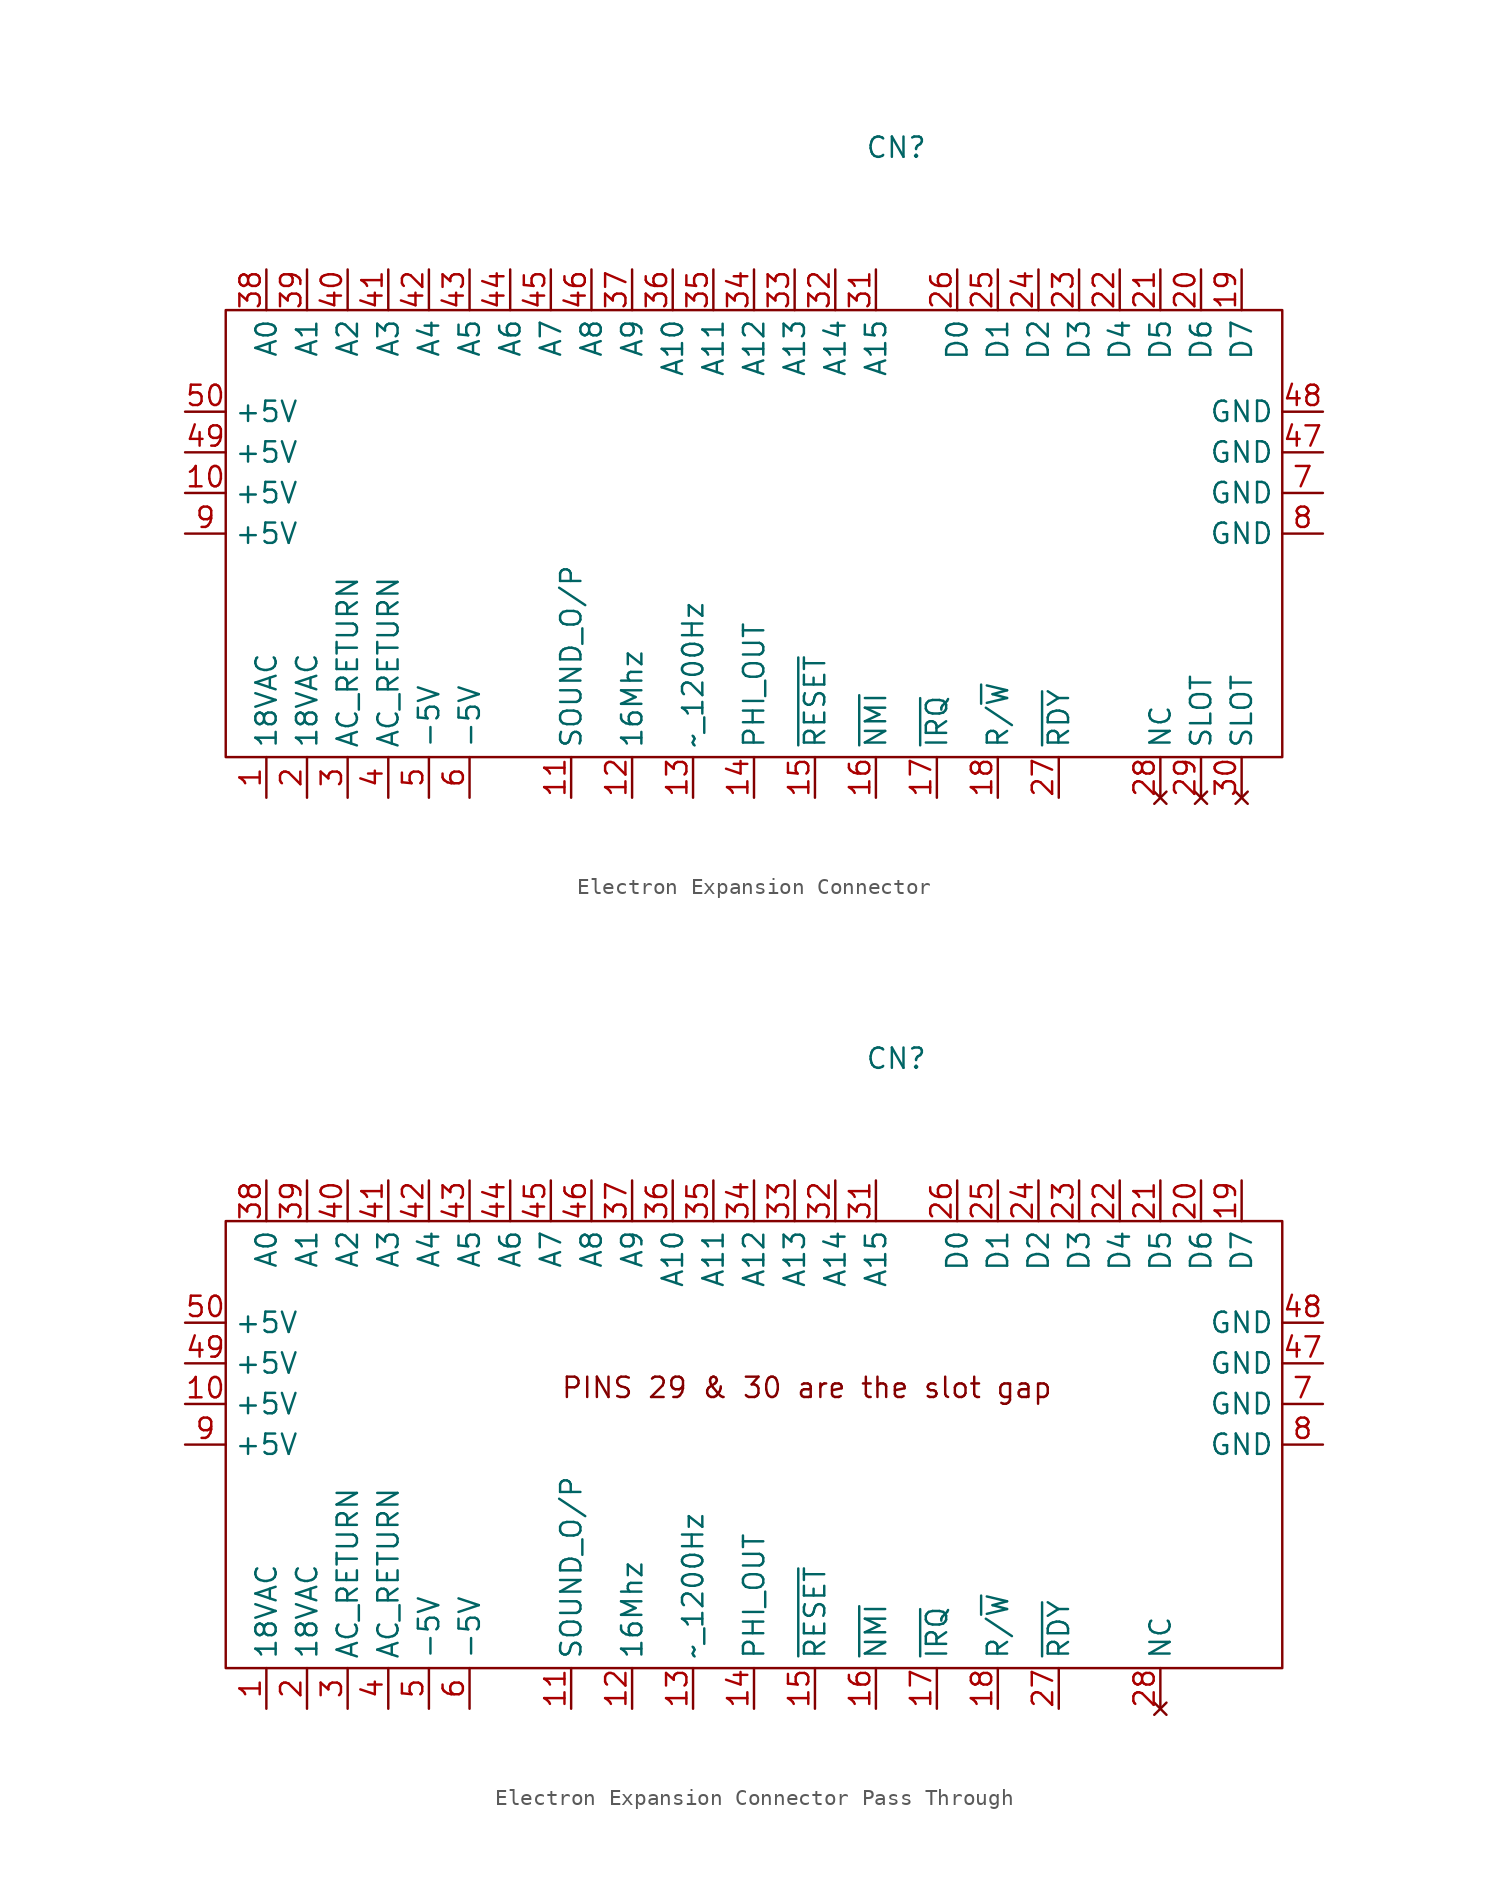
<source format=kicad_sym>
(kicad_symbol_lib
  (version 20241209)
  (generator "kicad_symbol_editor")
  (generator_version "9.0")
  (symbol "Electron Expansion Connector"
    (property "Reference" "CN"
      (at 0 0 0)
      (effects (font (size 1.27 1.27))))
    (property "Value" ""
      (at 0 0 0)
      (effects (font (size 1.27 1.27))))
    (symbol "Electron Expansion Connector_0_1"
      (rectangle (start -41.91 -10.16) (end 24.13 -38.1) (stroke (width 0) (type default)) (fill (type none))))
    (symbol "Electron Expansion Connector_1_1"
      (pin power_out line (at -44.45 -16.51 0) (length 2.54) (name "+5V" (effects (font (size 1.27 1.27)))) (number "50" (effects (font (size 1.27 1.27)))))
      (pin power_in line (at -44.45 -19.05 0) (length 2.54) (name "+5V" (effects (font (size 1.27 1.27)))) (number "49" (effects (font (size 1.27 1.27)))))
      (pin power_in line (at -44.45 -21.59 0) (length 2.54) (name "+5V" (effects (font (size 1.27 1.27)))) (number "10" (effects (font (size 1.27 1.27)))))
      (pin power_in line (at -44.45 -24.13 0) (length 2.54) (name "+5V" (effects (font (size 1.27 1.27)))) (number "9" (effects (font (size 1.27 1.27)))))
      (pin output line (at -39.37 -7.62 270) (length 2.54) (name "A0" (effects (font (size 1.27 1.27)))) (number "38" (effects (font (size 1.27 1.27)))))
      (pin power_in line (at -39.37 -40.64 90) (length 2.54) (name "18VAC" (effects (font (size 1.27 1.27)))) (number "1" (effects (font (size 1.27 1.27)))))
      (pin output line (at -36.83 -7.62 270) (length 2.54) (name "A1" (effects (font (size 1.27 1.27)))) (number "39" (effects (font (size 1.27 1.27)))))
      (pin power_out line (at -36.83 -40.64 90) (length 2.54) (name "18VAC" (effects (font (size 1.27 1.27)))) (number "2" (effects (font (size 1.27 1.27)))))
      (pin output line (at -34.29 -7.62 270) (length 2.54) (name "A2" (effects (font (size 1.27 1.27)))) (number "40" (effects (font (size 1.27 1.27)))))
      (pin power_in line (at -34.29 -40.64 90) (length 2.54) (name "AC_RETURN" (effects (font (size 1.27 1.27)))) (number "3" (effects (font (size 1.27 1.27)))))
      (pin output line (at -31.75 -7.62 270) (length 2.54) (name "A3" (effects (font (size 1.27 1.27)))) (number "41" (effects (font (size 1.27 1.27)))))
      (pin power_out line (at -31.75 -40.64 90) (length 2.54) (name "AC_RETURN" (effects (font (size 1.27 1.27)))) (number "4" (effects (font (size 1.27 1.27)))))
      (pin output line (at -29.21 -7.62 270) (length 2.54) (name "A4" (effects (font (size 1.27 1.27)))) (number "42" (effects (font (size 1.27 1.27)))))
      (pin power_in line (at -29.21 -40.64 90) (length 2.54) (name "-5V" (effects (font (size 1.27 1.27)))) (number "5" (effects (font (size 1.27 1.27)))))
      (pin output line (at -26.67 -7.62 270) (length 2.54) (name "A5" (effects (font (size 1.27 1.27)))) (number "43" (effects (font (size 1.27 1.27)))))
      (pin power_out line (at -26.67 -40.64 90) (length 2.54) (name "-5V" (effects (font (size 1.27 1.27)))) (number "6" (effects (font (size 1.27 1.27)))))
      (pin output line (at -24.13 -7.62 270) (length 2.54) (name "A6" (effects (font (size 1.27 1.27)))) (number "44" (effects (font (size 1.27 1.27)))))
      (pin output line (at -21.59 -7.62 270) (length 2.54) (name "A7" (effects (font (size 1.27 1.27)))) (number "45" (effects (font (size 1.27 1.27)))))
      (pin output line (at -20.32 -40.64 90) (length 2.54) (name "SOUND_O/P" (effects (font (size 1.27 1.27)))) (number "11" (effects (font (size 1.27 1.27)))))
      (pin output line (at -19.05 -7.62 270) (length 2.54) (name "A8" (effects (font (size 1.27 1.27)))) (number "46" (effects (font (size 1.27 1.27)))))
      (pin output line (at -16.51 -7.62 270) (length 2.54) (name "A9" (effects (font (size 1.27 1.27)))) (number "37" (effects (font (size 1.27 1.27)))))
      (pin output line (at -16.51 -40.64 90) (length 2.54) (name "16Mhz" (effects (font (size 1.27 1.27)))) (number "12" (effects (font (size 1.27 1.27)))))
      (pin output line (at -13.97 -7.62 270) (length 2.54) (name "A10" (effects (font (size 1.27 1.27)))) (number "36" (effects (font (size 1.27 1.27)))))
      (pin output line (at -12.7 -40.64 90) (length 2.54) (name "~_1200Hz" (effects (font (size 1.27 1.27)))) (number "13" (effects (font (size 1.27 1.27)))))
      (pin output line (at -11.43 -7.62 270) (length 2.54) (name "A11" (effects (font (size 1.27 1.27)))) (number "35" (effects (font (size 1.27 1.27)))))
      (pin output line (at -8.89 -7.62 270) (length 2.54) (name "A12" (effects (font (size 1.27 1.27)))) (number "34" (effects (font (size 1.27 1.27)))))
      (pin output line (at -8.89 -40.64 90) (length 2.54) (name "PHI_OUT" (effects (font (size 1.27 1.27)))) (number "14" (effects (font (size 1.27 1.27)))))
      (pin output line (at -6.35 -7.62 270) (length 2.54) (name "A13" (effects (font (size 1.27 1.27)))) (number "33" (effects (font (size 1.27 1.27)))))
      (pin output line (at -5.08 -40.64 90) (length 2.54) (name "~{RESET}" (effects (font (size 1.27 1.27)))) (number "15" (effects (font (size 1.27 1.27)))))
      (pin output line (at -3.81 -7.62 270) (length 2.54) (name "A14" (effects (font (size 1.27 1.27)))) (number "32" (effects (font (size 1.27 1.27)))))
      (pin output line (at -1.27 -7.62 270) (length 2.54) (name "A15" (effects (font (size 1.27 1.27)))) (number "31" (effects (font (size 1.27 1.27)))))
      (pin input line (at -1.27 -40.64 90) (length 2.54) (name "~{NMI}" (effects (font (size 1.27 1.27)))) (number "16" (effects (font (size 1.27 1.27)))))
      (pin input line (at 2.54 -40.64 90) (length 2.54) (name "~{IRQ}" (effects (font (size 1.27 1.27)))) (number "17" (effects (font (size 1.27 1.27)))))
      (pin bidirectional line (at 3.81 -7.62 270) (length 2.54) (name "D0" (effects (font (size 1.27 1.27)))) (number "26" (effects (font (size 1.27 1.27)))))
      (pin bidirectional line (at 6.35 -7.62 270) (length 2.54) (name "D1" (effects (font (size 1.27 1.27)))) (number "25" (effects (font (size 1.27 1.27)))))
      (pin bidirectional line (at 6.35 -40.64 90) (length 2.54) (name "R/~{W}" (effects (font (size 1.27 1.27)))) (number "18" (effects (font (size 1.27 1.27)))))
      (pin bidirectional line (at 8.89 -7.62 270) (length 2.54) (name "D2" (effects (font (size 1.27 1.27)))) (number "24" (effects (font (size 1.27 1.27)))))
      (pin input line (at 10.16 -40.64 90) (length 2.54) (name "~{RDY}" (effects (font (size 1.27 1.27)))) (number "27" (effects (font (size 1.27 1.27)))))
      (pin bidirectional line (at 11.43 -7.62 270) (length 2.54) (name "D3" (effects (font (size 1.27 1.27)))) (number "23" (effects (font (size 1.27 1.27)))))
      (pin bidirectional line (at 13.97 -7.62 270) (length 2.54) (name "D4" (effects (font (size 1.27 1.27)))) (number "22" (effects (font (size 1.27 1.27)))))
      (pin bidirectional line (at 16.51 -7.62 270) (length 2.54) (name "D5" (effects (font (size 1.27 1.27)))) (number "21" (effects (font (size 1.27 1.27)))))
      (pin no_connect line (at 16.51 -40.64 90) (length 2.54) (name "NC" (effects (font (size 1.27 1.27)))) (number "28" (effects (font (size 1.27 1.27)))))
      (pin bidirectional line (at 19.05 -7.62 270) (length 2.54) (name "D6" (effects (font (size 1.27 1.27)))) (number "20" (effects (font (size 1.27 1.27)))))
      (pin no_connect line (at 19.05 -40.64 90) (length 2.54) (name "SLOT" (effects (font (size 1.27 1.27)))) (number "29" (effects (font (size 1.27 1.27)))))
      (pin bidirectional line (at 21.59 -7.62 270) (length 2.54) (name "D7" (effects (font (size 1.27 1.27)))) (number "19" (effects (font (size 1.27 1.27)))))
      (pin no_connect line (at 21.59 -40.64 90) (length 2.54) (name "SLOT" (effects (font (size 1.27 1.27)))) (number "30" (effects (font (size 1.27 1.27)))))
      (pin power_out line (at 26.67 -16.51 180) (length 2.54) (name "GND" (effects (font (size 1.27 1.27)))) (number "48" (effects (font (size 1.27 1.27)))))
      (pin power_in line (at 26.67 -19.05 180) (length 2.54) (name "GND" (effects (font (size 1.27 1.27)))) (number "47" (effects (font (size 1.27 1.27)))))
      (pin power_in line (at 26.67 -21.59 180) (length 2.54) (name "GND" (effects (font (size 1.27 1.27)))) (number "7" (effects (font (size 1.27 1.27)))))
      (pin power_in line (at 26.67 -24.13 180) (length 2.54) (name "GND" (effects (font (size 1.27 1.27)))) (number "8" (effects (font (size 1.27 1.27)))))))
  (symbol "Electron Expansion Connector Pass Through"
    (property "Reference" "CN"
      (at 0 0 0)
      (effects (font (size 1.27 1.27))))
    (property "Value" ""
      (at 0 0 0)
      (effects (font (size 1.27 1.27))))
    (symbol "Electron Expansion Connector Pass Through_0_1"
      (rectangle (start -41.91 -10.16) (end 24.13 -38.1) (stroke (width 0) (type default)) (fill (type none))))
    (symbol "Electron Expansion Connector Pass Through_1_1"
      (text "PINS 29 & 30 are the slot gap" (at -5.588 -20.574 0) (effects (font (size 1.27 1.27))))
      (pin passive line (at -44.45 -16.51 0) (length 2.54) (name "+5V" (effects (font (size 1.27 1.27)))) (number "50" (effects (font (size 1.27 1.27)))))
      (pin passive line (at -44.45 -19.05 0) (length 2.54) (name "+5V" (effects (font (size 1.27 1.27)))) (number "49" (effects (font (size 1.27 1.27)))))
      (pin passive line (at -44.45 -21.59 0) (length 2.54) (name "+5V" (effects (font (size 1.27 1.27)))) (number "10" (effects (font (size 1.27 1.27)))))
      (pin passive line (at -44.45 -24.13 0) (length 2.54) (name "+5V" (effects (font (size 1.27 1.27)))) (number "9" (effects (font (size 1.27 1.27)))))
      (pin passive line (at -39.37 -7.62 270) (length 2.54) (name "A0" (effects (font (size 1.27 1.27)))) (number "38" (effects (font (size 1.27 1.27)))))
      (pin passive line (at -39.37 -40.64 90) (length 2.54) (name "18VAC" (effects (font (size 1.27 1.27)))) (number "1" (effects (font (size 1.27 1.27)))))
      (pin passive line (at -36.83 -7.62 270) (length 2.54) (name "A1" (effects (font (size 1.27 1.27)))) (number "39" (effects (font (size 1.27 1.27)))))
      (pin passive line (at -36.83 -40.64 90) (length 2.54) (name "18VAC" (effects (font (size 1.27 1.27)))) (number "2" (effects (font (size 1.27 1.27)))))
      (pin passive line (at -34.29 -7.62 270) (length 2.54) (name "A2" (effects (font (size 1.27 1.27)))) (number "40" (effects (font (size 1.27 1.27)))))
      (pin passive line (at -34.29 -40.64 90) (length 2.54) (name "AC_RETURN" (effects (font (size 1.27 1.27)))) (number "3" (effects (font (size 1.27 1.27)))))
      (pin passive line (at -31.75 -7.62 270) (length 2.54) (name "A3" (effects (font (size 1.27 1.27)))) (number "41" (effects (font (size 1.27 1.27)))))
      (pin passive line (at -31.75 -40.64 90) (length 2.54) (name "AC_RETURN" (effects (font (size 1.27 1.27)))) (number "4" (effects (font (size 1.27 1.27)))))
      (pin passive line (at -29.21 -7.62 270) (length 2.54) (name "A4" (effects (font (size 1.27 1.27)))) (number "42" (effects (font (size 1.27 1.27)))))
      (pin passive line (at -29.21 -40.64 90) (length 2.54) (name "-5V" (effects (font (size 1.27 1.27)))) (number "5" (effects (font (size 1.27 1.27)))))
      (pin passive line (at -26.67 -7.62 270) (length 2.54) (name "A5" (effects (font (size 1.27 1.27)))) (number "43" (effects (font (size 1.27 1.27)))))
      (pin passive line (at -26.67 -40.64 90) (length 2.54) (name "-5V" (effects (font (size 1.27 1.27)))) (number "6" (effects (font (size 1.27 1.27)))))
      (pin passive line (at -24.13 -7.62 270) (length 2.54) (name "A6" (effects (font (size 1.27 1.27)))) (number "44" (effects (font (size 1.27 1.27)))))
      (pin passive line (at -21.59 -7.62 270) (length 2.54) (name "A7" (effects (font (size 1.27 1.27)))) (number "45" (effects (font (size 1.27 1.27)))))
      (pin passive line (at -20.32 -40.64 90) (length 2.54) (name "SOUND_O/P" (effects (font (size 1.27 1.27)))) (number "11" (effects (font (size 1.27 1.27)))))
      (pin passive line (at -19.05 -7.62 270) (length 2.54) (name "A8" (effects (font (size 1.27 1.27)))) (number "46" (effects (font (size 1.27 1.27)))))
      (pin passive line (at -16.51 -7.62 270) (length 2.54) (name "A9" (effects (font (size 1.27 1.27)))) (number "37" (effects (font (size 1.27 1.27)))))
      (pin passive line (at -16.51 -40.64 90) (length 2.54) (name "16Mhz" (effects (font (size 1.27 1.27)))) (number "12" (effects (font (size 1.27 1.27)))))
      (pin passive line (at -13.97 -7.62 270) (length 2.54) (name "A10" (effects (font (size 1.27 1.27)))) (number "36" (effects (font (size 1.27 1.27)))))
      (pin passive line (at -12.7 -40.64 90) (length 2.54) (name "~_1200Hz" (effects (font (size 1.27 1.27)))) (number "13" (effects (font (size 1.27 1.27)))))
      (pin passive line (at -11.43 -7.62 270) (length 2.54) (name "A11" (effects (font (size 1.27 1.27)))) (number "35" (effects (font (size 1.27 1.27)))))
      (pin passive line (at -8.89 -7.62 270) (length 2.54) (name "A12" (effects (font (size 1.27 1.27)))) (number "34" (effects (font (size 1.27 1.27)))))
      (pin passive line (at -8.89 -40.64 90) (length 2.54) (name "PHI_OUT" (effects (font (size 1.27 1.27)))) (number "14" (effects (font (size 1.27 1.27)))))
      (pin passive line (at -6.35 -7.62 270) (length 2.54) (name "A13" (effects (font (size 1.27 1.27)))) (number "33" (effects (font (size 1.27 1.27)))))
      (pin passive line (at -5.08 -40.64 90) (length 2.54) (name "~{RESET}" (effects (font (size 1.27 1.27)))) (number "15" (effects (font (size 1.27 1.27)))))
      (pin passive line (at -3.81 -7.62 270) (length 2.54) (name "A14" (effects (font (size 1.27 1.27)))) (number "32" (effects (font (size 1.27 1.27)))))
      (pin passive line (at -1.27 -7.62 270) (length 2.54) (name "A15" (effects (font (size 1.27 1.27)))) (number "31" (effects (font (size 1.27 1.27)))))
      (pin passive line (at -1.27 -40.64 90) (length 2.54) (name "~{NMI}" (effects (font (size 1.27 1.27)))) (number "16" (effects (font (size 1.27 1.27)))))
      (pin passive line (at 2.54 -40.64 90) (length 2.54) (name "~{IRQ}" (effects (font (size 1.27 1.27)))) (number "17" (effects (font (size 1.27 1.27)))))
      (pin passive line (at 3.81 -7.62 270) (length 2.54) (name "D0" (effects (font (size 1.27 1.27)))) (number "26" (effects (font (size 1.27 1.27)))))
      (pin passive line (at 6.35 -7.62 270) (length 2.54) (name "D1" (effects (font (size 1.27 1.27)))) (number "25" (effects (font (size 1.27 1.27)))))
      (pin passive line (at 6.35 -40.64 90) (length 2.54) (name "R/~{W}" (effects (font (size 1.27 1.27)))) (number "18" (effects (font (size 1.27 1.27)))))
      (pin passive line (at 8.89 -7.62 270) (length 2.54) (name "D2" (effects (font (size 1.27 1.27)))) (number "24" (effects (font (size 1.27 1.27)))))
      (pin passive line (at 10.16 -40.64 90) (length 2.54) (name "~{RDY}" (effects (font (size 1.27 1.27)))) (number "27" (effects (font (size 1.27 1.27)))))
      (pin passive line (at 11.43 -7.62 270) (length 2.54) (name "D3" (effects (font (size 1.27 1.27)))) (number "23" (effects (font (size 1.27 1.27)))))
      (pin passive line (at 13.97 -7.62 270) (length 2.54) (name "D4" (effects (font (size 1.27 1.27)))) (number "22" (effects (font (size 1.27 1.27)))))
      (pin passive line (at 16.51 -7.62 270) (length 2.54) (name "D5" (effects (font (size 1.27 1.27)))) (number "21" (effects (font (size 1.27 1.27)))))
      (pin no_connect line (at 16.51 -40.64 90) (length 2.54) (name "NC" (effects (font (size 1.27 1.27)))) (number "28" (effects (font (size 1.27 1.27)))))
      (pin passive line (at 19.05 -7.62 270) (length 2.54) (name "D6" (effects (font (size 1.27 1.27)))) (number "20" (effects (font (size 1.27 1.27)))))
      (pin passive line (at 21.59 -7.62 270) (length 2.54) (name "D7" (effects (font (size 1.27 1.27)))) (number "19" (effects (font (size 1.27 1.27)))))
      (pin passive line (at 26.67 -16.51 180) (length 2.54) (name "GND" (effects (font (size 1.27 1.27)))) (number "48" (effects (font (size 1.27 1.27)))))
      (pin passive line (at 26.67 -19.05 180) (length 2.54) (name "GND" (effects (font (size 1.27 1.27)))) (number "47" (effects (font (size 1.27 1.27)))))
      (pin passive line (at 26.67 -21.59 180) (length 2.54) (name "GND" (effects (font (size 1.27 1.27)))) (number "7" (effects (font (size 1.27 1.27)))))
      (pin passive line (at 26.67 -24.13 180) (length 2.54) (name "GND" (effects (font (size 1.27 1.27)))) (number "8" (effects (font (size 1.27 1.27))))))))
</source>
